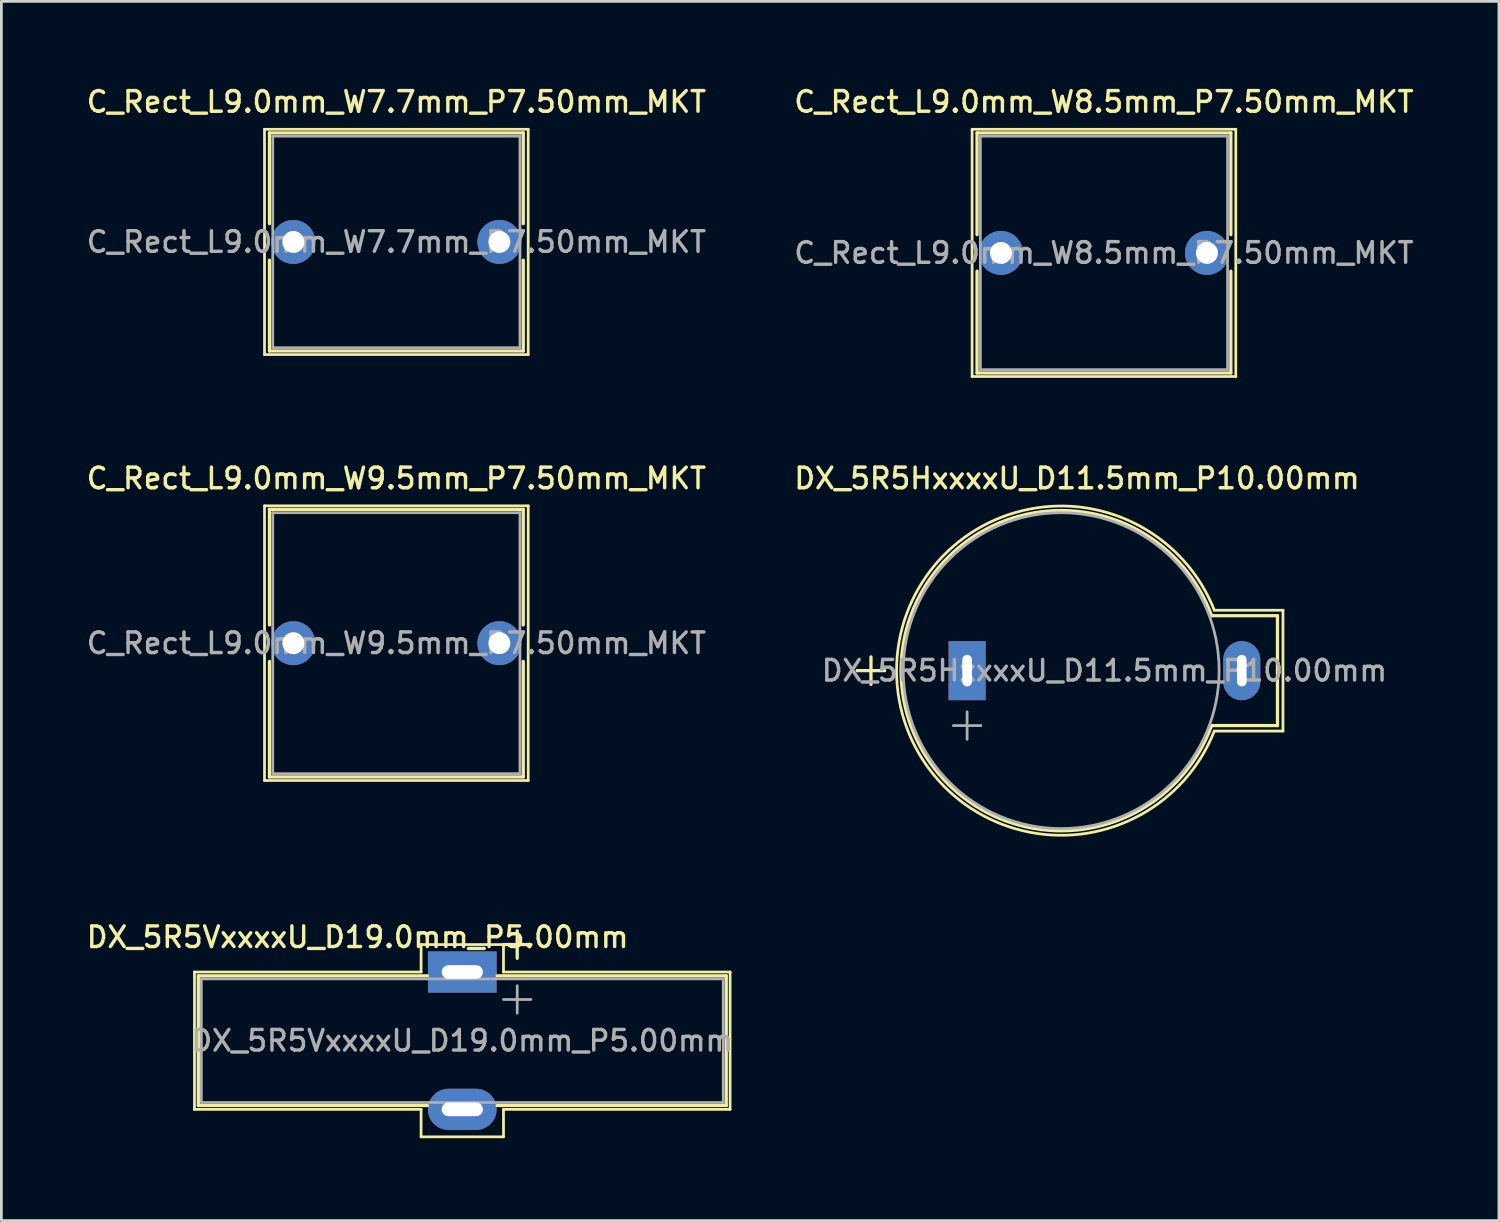
<source format=kicad_pcb>
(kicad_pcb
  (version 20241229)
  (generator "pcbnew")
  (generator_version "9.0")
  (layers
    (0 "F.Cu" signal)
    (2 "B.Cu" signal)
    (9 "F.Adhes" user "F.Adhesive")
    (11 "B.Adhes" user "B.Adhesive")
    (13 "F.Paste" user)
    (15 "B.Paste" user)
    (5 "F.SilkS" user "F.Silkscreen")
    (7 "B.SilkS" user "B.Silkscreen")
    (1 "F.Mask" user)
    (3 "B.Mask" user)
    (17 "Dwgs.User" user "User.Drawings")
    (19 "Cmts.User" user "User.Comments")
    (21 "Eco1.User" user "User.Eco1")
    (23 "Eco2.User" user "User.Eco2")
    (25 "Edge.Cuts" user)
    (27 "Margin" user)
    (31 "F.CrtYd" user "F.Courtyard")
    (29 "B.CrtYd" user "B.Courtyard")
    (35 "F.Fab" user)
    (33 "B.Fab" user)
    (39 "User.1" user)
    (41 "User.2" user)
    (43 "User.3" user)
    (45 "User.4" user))
  (footprint "DX_5R5HxxxxU_D11.5mm_P10.00mm"
    (layer "F.Cu")
    (at 32.159 21.366)
    (property "Reference" "DX_5R5HxxxxU_D11.5mm_P10.00mm" (at 4 -7 0) (layer "F.SilkS") (effects (font (size 0.75 0.75) (thickness 0.125))))
    (attr through_hole)
    (fp_line (start -4 0) (end -3 0) (stroke (width 0.12) (type solid)) (layer "F.SilkS"))
    (fp_line (start -3.5 -0.5) (end -3.5 0.5) (stroke (width 0.12) (type solid)) (layer "F.SilkS"))
    (fp_line (start 8.9 -2) (end 11.3 -2) (stroke (width 0.12) (type solid)) (layer "F.SilkS"))
    (fp_line (start 9 -2.2) (end 11.5 -2.2) (stroke (width 0.1) (type solid)) (layer "F.SilkS"))
    (fp_line (start 11.3 -2) (end 11.3 2) (stroke (width 0.12) (type solid)) (layer "F.SilkS"))
    (fp_line (start 11.3 2) (end 8.9 2) (stroke (width 0.12) (type solid)) (layer "F.SilkS"))
    (fp_line (start 11.5 -2.2) (end 11.5 2.2) (stroke (width 0.1) (type solid)) (layer "F.SilkS"))
    (fp_line (start 11.5 2.2) (end 9 2.2) (stroke (width 0.1) (type solid)) (layer "F.SilkS"))
    (fp_arc (start 8.9 2) (mid -2.403861 0) (end 8.9 -2) (stroke (width 0.12) (type solid)) (layer "F.SilkS"))
    (fp_arc (start 9 2.2) (mid -2.568382 0) (end 9 -2.2) (stroke (width 0.1) (type solid)) (layer "F.SilkS"))
    (fp_line (start -0.5 2) (end 0.5 2) (stroke (width 0.1) (type solid)) (layer "F.Fab"))
    (fp_line (start 0 1.5) (end 0 2.5) (stroke (width 0.1) (type solid)) (layer "F.Fab"))
    (fp_circle (center 3.425 0) (end 9.175 0) (stroke (width 0.1) (type solid)) (fill no) (layer "F.Fab"))
    (fp_text user "${REFERENCE}" (at 5 0 0) (layer "F.Fab") (effects (font (size 0.75 0.75) (thickness 0.125))))
    (pad "1" thru_hole rect (at 0 0) (size 1.35 2.15) (drill oval 0.35 1.15) (layers "*.Cu" "*.Mask"))
    (pad "2" thru_hole oval (at 10 0) (size 1.35 2.15) (drill oval 0.35 1.15) (layers "*.Cu" "*.Mask")))
  (footprint "C_Rect_L9.0mm_W7.7mm_P7.50mm_MKT"
    (layer "F.Cu")
    (at 7.63 5.758)
    (property "Reference" "C_Rect_L9.0mm_W7.7mm_P7.50mm_MKT" (at 3.75 -5.1 0) (layer "F.SilkS") (effects (font (size 0.75 0.75) (thickness 0.125))))
    (attr through_hole)
    (fp_line (start -1.05 -4.1) (end -1.05 4.1) (stroke (width 0.1) (type solid)) (layer "F.SilkS"))
    (fp_line (start -1.05 4.1) (end 8.55 4.1) (stroke (width 0.1) (type solid)) (layer "F.SilkS"))
    (fp_line (start -0.87 -3.97) (end -0.87 -0.665) (stroke (width 0.12) (type solid)) (layer "F.SilkS"))
    (fp_line (start -0.87 -3.97) (end 8.37 -3.97) (stroke (width 0.12) (type solid)) (layer "F.SilkS"))
    (fp_line (start -0.87 0.665) (end -0.87 3.97) (stroke (width 0.12) (type solid)) (layer "F.SilkS"))
    (fp_line (start -0.87 3.97) (end 8.37 3.97) (stroke (width 0.12) (type solid)) (layer "F.SilkS"))
    (fp_line (start 8.37 -3.97) (end 8.37 -0.665) (stroke (width 0.12) (type solid)) (layer "F.SilkS"))
    (fp_line (start 8.37 0.665) (end 8.37 3.97) (stroke (width 0.12) (type solid)) (layer "F.SilkS"))
    (fp_line (start 8.55 -4.1) (end -1.05 -4.1) (stroke (width 0.1) (type solid)) (layer "F.SilkS"))
    (fp_line (start 8.55 4.1) (end 8.55 -4.1) (stroke (width 0.1) (type solid)) (layer "F.SilkS"))
    (fp_line (start -0.75 -3.85) (end -0.75 3.85) (stroke (width 0.1) (type solid)) (layer "F.Fab"))
    (fp_line (start -0.75 3.85) (end 8.25 3.85) (stroke (width 0.1) (type solid)) (layer "F.Fab"))
    (fp_line (start 8.25 -3.85) (end -0.75 -3.85) (stroke (width 0.1) (type solid)) (layer "F.Fab"))
    (fp_line (start 8.25 3.85) (end 8.25 -3.85) (stroke (width 0.1) (type solid)) (layer "F.Fab"))
    (fp_text user "${REFERENCE}" (at 3.75 0 0) (layer "F.Fab") (effects (font (size 0.75 0.75) (thickness 0.125))))
    (pad "1" thru_hole circle (at 0 0) (size 1.6 1.6) (drill 0.8) (layers "*.Cu" "*.Mask"))
    (pad "2" thru_hole circle (at 7.5 0) (size 1.6 1.6) (drill 0.8) (layers "*.Cu" "*.Mask")))
  (footprint "DX_5R5VxxxxU_D19.0mm_P5.00mm"
    (layer "F.Cu")
    (at 13.78 32.338)
    (property "Reference" "DX_5R5VxxxxU_D19.0mm_P5.00mm" (at -3.81 -1.27 0) (layer "F.SilkS") (effects (font (size 0.75 0.75) (thickness 0.125))))
    (attr through_hole)
    (fp_line (start -9.75 0) (end -9.75 5) (stroke (width 0.1) (type solid)) (layer "F.SilkS"))
    (fp_line (start -9.75 5) (end -1.5 5) (stroke (width 0.1) (type solid)) (layer "F.SilkS"))
    (fp_line (start -9.61 0.14) (end -9.61 4.86) (stroke (width 0.12) (type solid)) (layer "F.SilkS"))
    (fp_line (start -9.61 0.14) (end -1.27 0.14) (stroke (width 0.12) (type solid)) (layer "F.SilkS"))
    (fp_line (start -1.5 -1) (end -1.5 0) (stroke (width 0.1) (type solid)) (layer "F.SilkS"))
    (fp_line (start -1.5 0) (end -9.75 0) (stroke (width 0.1) (type solid)) (layer "F.SilkS"))
    (fp_line (start -1.5 5) (end -1.5 6) (stroke (width 0.1) (type solid)) (layer "F.SilkS"))
    (fp_line (start -1.5 6) (end 1.5 6) (stroke (width 0.1) (type solid)) (layer "F.SilkS"))
    (fp_line (start -1.27 4.86) (end -9.61 4.86) (stroke (width 0.12) (type solid)) (layer "F.SilkS"))
    (fp_line (start 1.27 0.14) (end 9.61 0.14) (stroke (width 0.12) (type solid)) (layer "F.SilkS"))
    (fp_line (start 1.5 -1) (end -1.5 -1) (stroke (width 0.1) (type solid)) (layer "F.SilkS"))
    (fp_line (start 1.5 -1) (end 2.5 -1) (stroke (width 0.12) (type solid)) (layer "F.SilkS"))
    (fp_line (start 1.5 0) (end 1.5 -1) (stroke (width 0.1) (type solid)) (layer "F.SilkS"))
    (fp_line (start 1.5 0) (end 9.75 0) (stroke (width 0.1) (type solid)) (layer "F.SilkS"))
    (fp_line (start 1.5 5) (end 1.5 6) (stroke (width 0.1) (type solid)) (layer "F.SilkS"))
    (fp_line (start 2 -1.5) (end 2 -0.5) (stroke (width 0.12) (type solid)) (layer "F.SilkS"))
    (fp_line (start 9.61 0.14) (end 9.61 4.86) (stroke (width 0.12) (type solid)) (layer "F.SilkS"))
    (fp_line (start 9.61 4.86) (end 1.27 4.86) (stroke (width 0.12) (type solid)) (layer "F.SilkS"))
    (fp_line (start 9.75 0) (end 9.75 5) (stroke (width 0.1) (type solid)) (layer "F.SilkS"))
    (fp_line (start 9.75 5) (end 1.5 5) (stroke (width 0.1) (type solid)) (layer "F.SilkS"))
    (fp_line (start -9.5 0.25) (end -9.5 4.75) (stroke (width 0.1) (type solid)) (layer "F.Fab"))
    (fp_line (start -9.5 0.25) (end 9.5 0.25) (stroke (width 0.1) (type solid)) (layer "F.Fab"))
    (fp_line (start -9.5 4.75) (end 9.5 4.75) (stroke (width 0.1) (type solid)) (layer "F.Fab"))
    (fp_line (start 1.5 1) (end 2.5 1) (stroke (width 0.1) (type solid)) (layer "F.Fab"))
    (fp_line (start 2 0.5) (end 2 1.5) (stroke (width 0.1) (type solid)) (layer "F.Fab"))
    (fp_line (start 9.5 0.25) (end 9.5 4.75) (stroke (width 0.1) (type solid)) (layer "F.Fab"))
    (fp_text user "${REFERENCE}" (at 0 2.5 0) (layer "F.Fab") (effects (font (size 0.75 0.75) (thickness 0.125))))
    (pad "1" thru_hole rect (at 0 0) (size 2.5 1.5) (drill oval 1.5 0.5) (layers "*.Cu" "*.Mask"))
    (pad "2" thru_hole oval (at 0 5) (size 2.5 1.5) (drill oval 1.5 0.5) (layers "*.Cu" "*.Mask")))
  (footprint "C_Rect_L9.0mm_W8.5mm_P7.50mm_MKT"
    (layer "F.Cu")
    (at 33.391 6.158)
    (property "Reference" "C_Rect_L9.0mm_W8.5mm_P7.50mm_MKT" (at 3.75 -5.5 0) (layer "F.SilkS") (effects (font (size 0.75 0.75) (thickness 0.125))))
    (attr through_hole)
    (fp_line (start -1.05 -4.5) (end -1.05 4.5) (stroke (width 0.1) (type solid)) (layer "F.SilkS"))
    (fp_line (start -1.05 4.5) (end 8.55 4.5) (stroke (width 0.1) (type solid)) (layer "F.SilkS"))
    (fp_line (start -0.87 -4.37) (end -0.87 -0.665) (stroke (width 0.12) (type solid)) (layer "F.SilkS"))
    (fp_line (start -0.87 -4.37) (end 8.37 -4.37) (stroke (width 0.12) (type solid)) (layer "F.SilkS"))
    (fp_line (start -0.87 0.665) (end -0.87 4.37) (stroke (width 0.12) (type solid)) (layer "F.SilkS"))
    (fp_line (start -0.87 4.37) (end 8.37 4.37) (stroke (width 0.12) (type solid)) (layer "F.SilkS"))
    (fp_line (start 8.37 -4.37) (end 8.37 -0.665) (stroke (width 0.12) (type solid)) (layer "F.SilkS"))
    (fp_line (start 8.37 0.665) (end 8.37 4.37) (stroke (width 0.12) (type solid)) (layer "F.SilkS"))
    (fp_line (start 8.55 -4.5) (end -1.05 -4.5) (stroke (width 0.1) (type solid)) (layer "F.SilkS"))
    (fp_line (start 8.55 4.5) (end 8.55 -4.5) (stroke (width 0.1) (type solid)) (layer "F.SilkS"))
    (fp_line (start -0.75 -4.25) (end -0.75 4.25) (stroke (width 0.1) (type solid)) (layer "F.Fab"))
    (fp_line (start -0.75 4.25) (end 8.25 4.25) (stroke (width 0.1) (type solid)) (layer "F.Fab"))
    (fp_line (start 8.25 -4.25) (end -0.75 -4.25) (stroke (width 0.1) (type solid)) (layer "F.Fab"))
    (fp_line (start 8.25 4.25) (end 8.25 -4.25) (stroke (width 0.1) (type solid)) (layer "F.Fab"))
    (fp_text user "${REFERENCE}" (at 3.75 0 0) (layer "F.Fab") (effects (font (size 0.75 0.75) (thickness 0.125))))
    (pad "1" thru_hole circle (at 0 0) (size 1.6 1.6) (drill 0.8) (layers "*.Cu" "*.Mask"))
    (pad "2" thru_hole circle (at 7.5 0) (size 1.6 1.6) (drill 0.8) (layers "*.Cu" "*.Mask")))
  (footprint "C_Rect_L9.0mm_W9.5mm_P7.50mm_MKT"
    (layer "F.Cu")
    (at 7.63 20.366)
    (property "Reference" "C_Rect_L9.0mm_W9.5mm_P7.50mm_MKT" (at 3.75 -6 0) (layer "F.SilkS") (effects (font (size 0.75 0.75) (thickness 0.125))))
    (attr through_hole)
    (fp_line (start -1.05 -5) (end -1.05 5) (stroke (width 0.1) (type solid)) (layer "F.SilkS"))
    (fp_line (start -1.05 5) (end 8.55 5) (stroke (width 0.1) (type solid)) (layer "F.SilkS"))
    (fp_line (start -0.87 -4.87) (end -0.87 -0.665) (stroke (width 0.12) (type solid)) (layer "F.SilkS"))
    (fp_line (start -0.87 -4.87) (end 8.37 -4.87) (stroke (width 0.12) (type solid)) (layer "F.SilkS"))
    (fp_line (start -0.87 0.665) (end -0.87 4.87) (stroke (width 0.12) (type solid)) (layer "F.SilkS"))
    (fp_line (start -0.87 4.87) (end 8.37 4.87) (stroke (width 0.12) (type solid)) (layer "F.SilkS"))
    (fp_line (start 8.37 -4.87) (end 8.37 -0.665) (stroke (width 0.12) (type solid)) (layer "F.SilkS"))
    (fp_line (start 8.37 0.665) (end 8.37 4.87) (stroke (width 0.12) (type solid)) (layer "F.SilkS"))
    (fp_line (start 8.55 -5) (end -1.05 -5) (stroke (width 0.1) (type solid)) (layer "F.SilkS"))
    (fp_line (start 8.55 5) (end 8.55 -5) (stroke (width 0.1) (type solid)) (layer "F.SilkS"))
    (fp_line (start -0.75 -4.75) (end -0.75 4.75) (stroke (width 0.1) (type solid)) (layer "F.Fab"))
    (fp_line (start -0.75 4.75) (end 8.25 4.75) (stroke (width 0.1) (type solid)) (layer "F.Fab"))
    (fp_line (start 8.25 -4.75) (end -0.75 -4.75) (stroke (width 0.1) (type solid)) (layer "F.Fab"))
    (fp_line (start 8.25 4.75) (end 8.25 -4.75) (stroke (width 0.1) (type solid)) (layer "F.Fab"))
    (fp_text user "${REFERENCE}" (at 3.75 0 0) (layer "F.Fab") (effects (font (size 0.75 0.75) (thickness 0.125))))
    (pad "1" thru_hole circle (at 0 0) (size 1.6 1.6) (drill 0.8) (layers "*.Cu" "*.Mask"))
    (pad "2" thru_hole circle (at 7.5 0) (size 1.6 1.6) (drill 0.8) (layers "*.Cu" "*.Mask")))
  (gr_rect
    (start -3 -3)
    (end 51.521 41.388)
    (stroke (width 0.1) (type default))
    (fill no)
    (layer "Edge.Cuts")))
</source>
